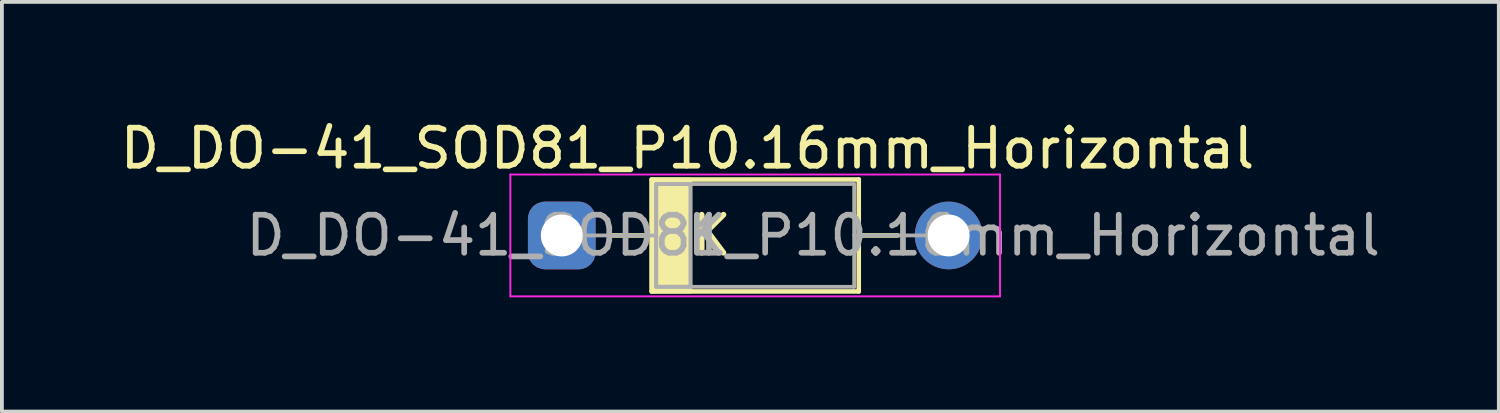
<source format=kicad_pcb>
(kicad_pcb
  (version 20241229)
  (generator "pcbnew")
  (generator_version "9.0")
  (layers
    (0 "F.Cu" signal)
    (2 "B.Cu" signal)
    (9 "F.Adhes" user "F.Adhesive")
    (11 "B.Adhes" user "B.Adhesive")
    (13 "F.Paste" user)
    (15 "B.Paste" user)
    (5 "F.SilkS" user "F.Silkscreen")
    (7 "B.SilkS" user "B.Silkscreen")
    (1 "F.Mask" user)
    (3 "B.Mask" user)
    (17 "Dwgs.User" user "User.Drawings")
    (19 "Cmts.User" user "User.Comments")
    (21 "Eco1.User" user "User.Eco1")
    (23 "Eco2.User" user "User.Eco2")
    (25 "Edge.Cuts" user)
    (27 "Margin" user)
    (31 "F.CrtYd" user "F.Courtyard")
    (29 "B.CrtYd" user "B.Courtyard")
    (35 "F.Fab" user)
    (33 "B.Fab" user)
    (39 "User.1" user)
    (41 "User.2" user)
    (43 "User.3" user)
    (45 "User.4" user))
  (footprint "D_DO-41_SOD81_P10.16mm_Horizontal"
    (layer "F.Cu")
    (at 11.704 3.134)
    (property "Reference" "D_DO-41_SOD81_P10.16mm_Horizontal" (at 3.302 -2.286 0) (layer "F.SilkS") (effects (font (size 1 1) (thickness 0.15))))
    (attr through_hole)
    (fp_line (start 1.34 0) (end 2.36 0) (stroke (width 0.12) (type solid)) (layer "F.SilkS"))
    (fp_line (start 2.36 -1.47) (end 2.36 1.47) (stroke (width 0.12) (type solid)) (layer "F.SilkS"))
    (fp_line (start 2.36 1.47) (end 7.8 1.47) (stroke (width 0.12) (type solid)) (layer "F.SilkS"))
    (fp_line (start 7.8 -1.47) (end 2.36 -1.47) (stroke (width 0.12) (type solid)) (layer "F.SilkS"))
    (fp_line (start 7.8 1.47) (end 7.8 -1.47) (stroke (width 0.12) (type solid)) (layer "F.SilkS"))
    (fp_line (start 8.82 0) (end 7.8 0) (stroke (width 0.12) (type solid)) (layer "F.SilkS"))
    (fp_rect (start 2.36 -1.47) (end 3.378 1.473) (stroke (width 0.1) (type solid)) (fill yes) (layer "F.SilkS"))
    (fp_line (start -1.35 -1.6) (end -1.35 1.6) (stroke (width 0.05) (type solid)) (layer "F.CrtYd"))
    (fp_line (start -1.35 1.6) (end 11.51 1.6) (stroke (width 0.05) (type solid)) (layer "F.CrtYd"))
    (fp_line (start 11.51 -1.6) (end -1.35 -1.6) (stroke (width 0.05) (type solid)) (layer "F.CrtYd"))
    (fp_line (start 11.51 1.6) (end 11.51 -1.6) (stroke (width 0.05) (type solid)) (layer "F.CrtYd"))
    (fp_line (start 0 0) (end 2.48 0) (stroke (width 0.1) (type solid)) (layer "F.Fab"))
    (fp_line (start 2.48 -1.35) (end 2.48 1.35) (stroke (width 0.1) (type solid)) (layer "F.Fab"))
    (fp_line (start 2.48 1.35) (end 7.68 1.35) (stroke (width 0.1) (type solid)) (layer "F.Fab"))
    (fp_line (start 7.68 -1.35) (end 2.48 -1.35) (stroke (width 0.1) (type solid)) (layer "F.Fab"))
    (fp_line (start 7.68 1.35) (end 7.68 -1.35) (stroke (width 0.1) (type solid)) (layer "F.Fab"))
    (fp_line (start 10.16 0) (end 7.68 0) (stroke (width 0.1) (type solid)) (layer "F.Fab"))
    (fp_rect (start 2.48 -1.35) (end 3.378 1.346) (stroke (width 0.1) (type solid)) (fill no) (layer "F.Fab"))
    (fp_text user "K" (at 3.937 0 0) (layer "F.SilkS") (effects (font (size 1 1) (thickness 0.15))))
    (fp_text user "${REFERENCE}" (at 6.604 0 0) (layer "F.Fab") (effects (font (size 1 1) (thickness 0.15))))
    (fp_text user "K" (at 3.81 0 0) (layer "F.Fab") (effects (font (size 1 1) (thickness 0.15))))
    (pad "1" thru_hole roundrect (at 0 0) (size 1.778 1.778) (drill 1.1) (layers "*.Cu" "*.Mask") (roundrect_rratio 0.25))
    (pad "2" thru_hole oval (at 10.16 0) (size 1.778 1.778) (drill 1.1) (layers "*.Cu" "*.Mask")))
  (gr_rect
    (start -3 -3)
    (end 36.314 7.759)
    (stroke (width 0.1) (type default))
    (fill no)
    (layer "Edge.Cuts")))
</source>
